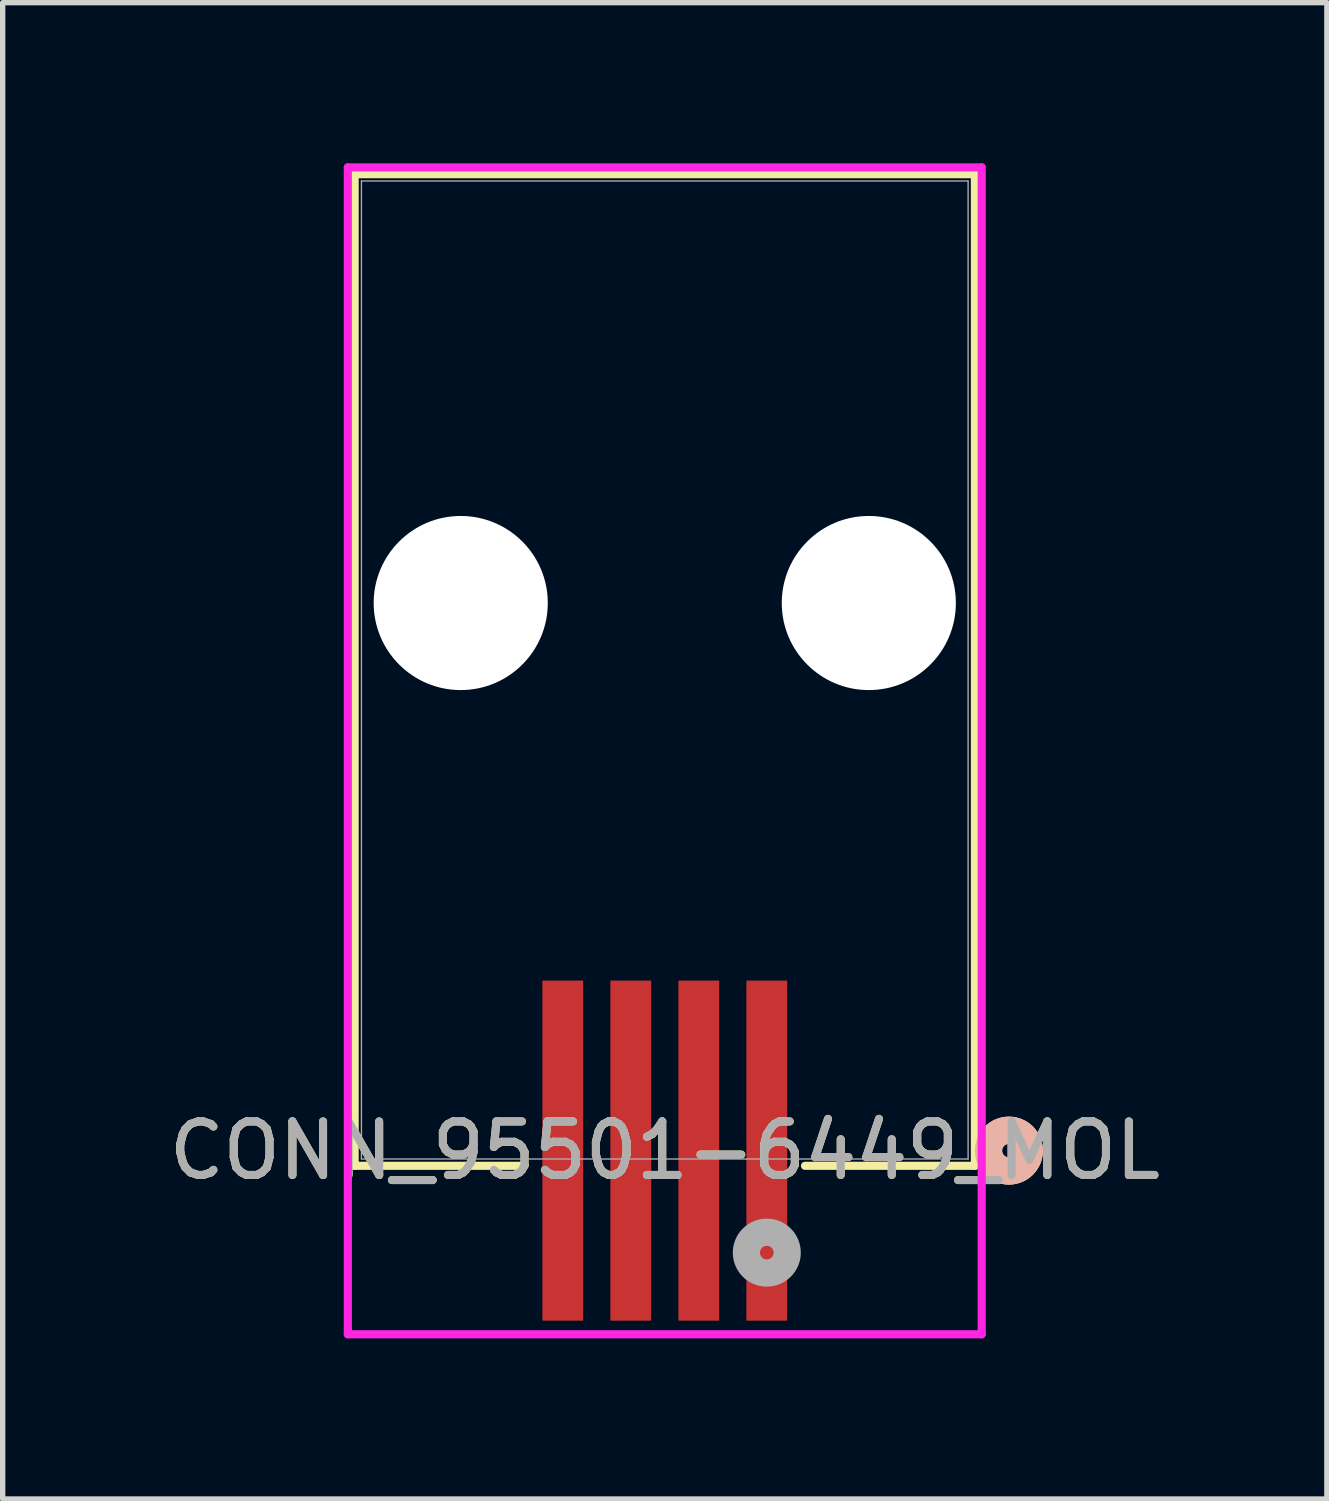
<source format=kicad_pcb>
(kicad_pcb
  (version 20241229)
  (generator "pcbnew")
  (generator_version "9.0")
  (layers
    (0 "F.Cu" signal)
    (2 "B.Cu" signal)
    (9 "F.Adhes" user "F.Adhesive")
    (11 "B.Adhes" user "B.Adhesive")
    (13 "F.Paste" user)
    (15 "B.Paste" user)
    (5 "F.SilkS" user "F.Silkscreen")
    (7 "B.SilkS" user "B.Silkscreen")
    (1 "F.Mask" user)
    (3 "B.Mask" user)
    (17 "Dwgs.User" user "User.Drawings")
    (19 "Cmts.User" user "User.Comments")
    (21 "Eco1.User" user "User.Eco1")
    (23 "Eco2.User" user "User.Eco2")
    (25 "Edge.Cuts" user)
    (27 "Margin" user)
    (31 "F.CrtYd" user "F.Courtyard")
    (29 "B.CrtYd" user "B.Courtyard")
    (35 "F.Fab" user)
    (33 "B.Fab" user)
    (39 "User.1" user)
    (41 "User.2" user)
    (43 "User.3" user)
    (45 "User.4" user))
  (footprint "CONN_95501-6449_MOL"
    (layer "F.Cu")
    (at 9.363 9.461)
    (property "Reference" "CONN_95501-6449_MOL" (at 0 8.974 0) (unlocked yes) (layer "F.SilkS") (effects (font (size 1 1) (thickness 0.15))))
    (attr smd)
    (fp_line (start -5.791 -9.258) (end -5.791 9.258) (stroke (width 0.152) (type solid)) (layer "F.SilkS"))
    (fp_line (start -5.791 9.258) (end -2.619 9.258) (stroke (width 0.152) (type solid)) (layer "F.SilkS"))
    (fp_line (start 2.619 9.258) (end 5.791 9.258) (stroke (width 0.152) (type solid)) (layer "F.SilkS"))
    (fp_line (start 5.791 -9.258) (end -5.791 -9.258) (stroke (width 0.152) (type solid)) (layer "F.SilkS"))
    (fp_line (start 5.791 9.258) (end 5.791 -9.258) (stroke (width 0.152) (type solid)) (layer "F.SilkS"))
    (fp_circle (center 6.426 8.974) (end 6.807 8.974) (stroke (width 0.508) (type solid)) (fill no) (layer "F.SilkS"))
    (fp_circle (center 6.426 8.974) (end 6.807 8.974) (stroke (width 0.508) (type solid)) (fill no) (layer "B.SilkS"))
    (fp_line (start -5.918 -9.385) (end -5.918 12.403) (stroke (width 0.152) (type solid)) (layer "F.CrtYd"))
    (fp_line (start -5.918 12.403) (end 5.918 12.403) (stroke (width 0.152) (type solid)) (layer "F.CrtYd"))
    (fp_line (start 5.918 -9.385) (end -5.918 -9.385) (stroke (width 0.152) (type solid)) (layer "F.CrtYd"))
    (fp_line (start 5.918 12.403) (end 5.918 -9.385) (stroke (width 0.152) (type solid)) (layer "F.CrtYd"))
    (fp_line (start -5.664 -9.131) (end -5.664 9.131) (stroke (width 0.025) (type solid)) (layer "F.Fab"))
    (fp_line (start -5.664 9.131) (end 5.664 9.131) (stroke (width 0.025) (type solid)) (layer "F.Fab"))
    (fp_line (start 5.664 -9.131) (end -5.664 -9.131) (stroke (width 0.025) (type solid)) (layer "F.Fab"))
    (fp_line (start 5.664 9.131) (end 5.664 -9.131) (stroke (width 0.025) (type solid)) (layer "F.Fab"))
    (fp_circle (center 1.905 10.879) (end 2.286 10.879) (stroke (width 0.508) (type solid)) (fill no) (layer "F.Fab"))
    (fp_text user "${REFERENCE}" (at 0 8.974 0) (unlocked yes) (layer "F.Fab") (effects (font (size 1 1) (thickness 0.15))))
    (pad "" np_thru_hole circle (at -3.81 -1.251 90) (size 3.251 3.251) (drill 3.251) (layers "*.Cu" "*.Mask"))
    (pad "" np_thru_hole circle (at 3.81 -1.251 90) (size 3.251 3.251) (drill 3.251) (layers "*.Cu" "*.Mask"))
    (pad "1" smd rect (at 1.905 8.974) (size 0.762 6.35) (layers "F.Cu" "F.Mask" "F.Paste"))
    (pad "2" smd rect (at 0.635 8.974) (size 0.762 6.35) (layers "F.Cu" "F.Mask" "F.Paste"))
    (pad "3" smd rect (at -0.635 8.974) (size 0.762 6.35) (layers "F.Cu" "F.Mask" "F.Paste"))
    (pad "4" smd rect (at -1.905 8.974) (size 0.762 6.35) (layers "F.Cu" "F.Mask" "F.Paste")))
  (gr_rect
    (start -3 -3)
    (end 21.726 24.94)
    (stroke (width 0.1) (type default))
    (fill no)
    (layer "Edge.Cuts")))
</source>
